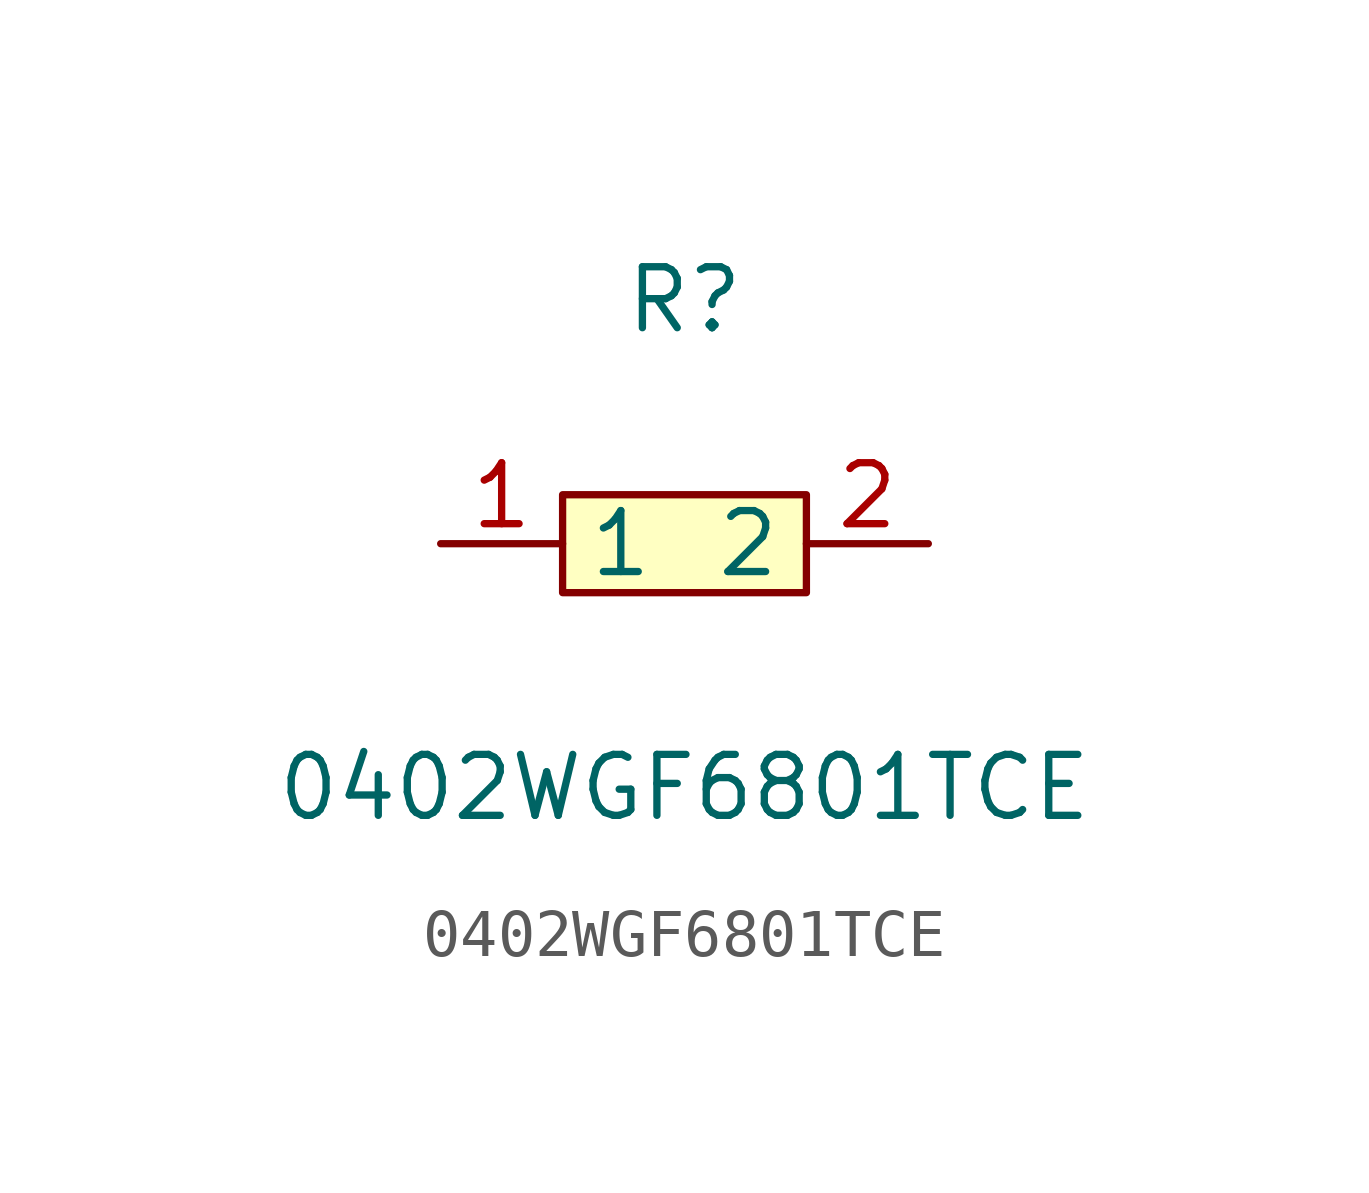
<source format=kicad_sym>
(kicad_symbol_lib
  (version 1)
  (generator "faebryk")
  (symbol "0402WGF6801TCE"
    (property "Reference" "R"
      (at 0 5.08 0)
      (effects (font (size 1.27 1.27)) (hide no)))
    (property "Value" "0402WGF6801TCE"
      (at 0 -5.08 0)
      (effects (font (size 1.27 1.27)) (hide no)))
    (symbol "0402WGF6801TCE_0_1"
      (rectangle (start -2.54 1.02) (end 2.54 -1.02) (stroke (width 0) (type default) (color 0 0 0 0)) (fill (type background)))
      (pin input line (at 5.08 0 180) (length 2.54) (name "2" (effects (font (size 1.27 1.27)) (hide no))) (number "2" (effects (font (size 1.27 1.27)) (hide no))))
      (pin input line (at -5.08 0 0) (length 2.54) (name "1" (effects (font (size 1.27 1.27)) (hide no))) (number "1" (effects (font (size 1.27 1.27)) (hide no)))))))
</source>
